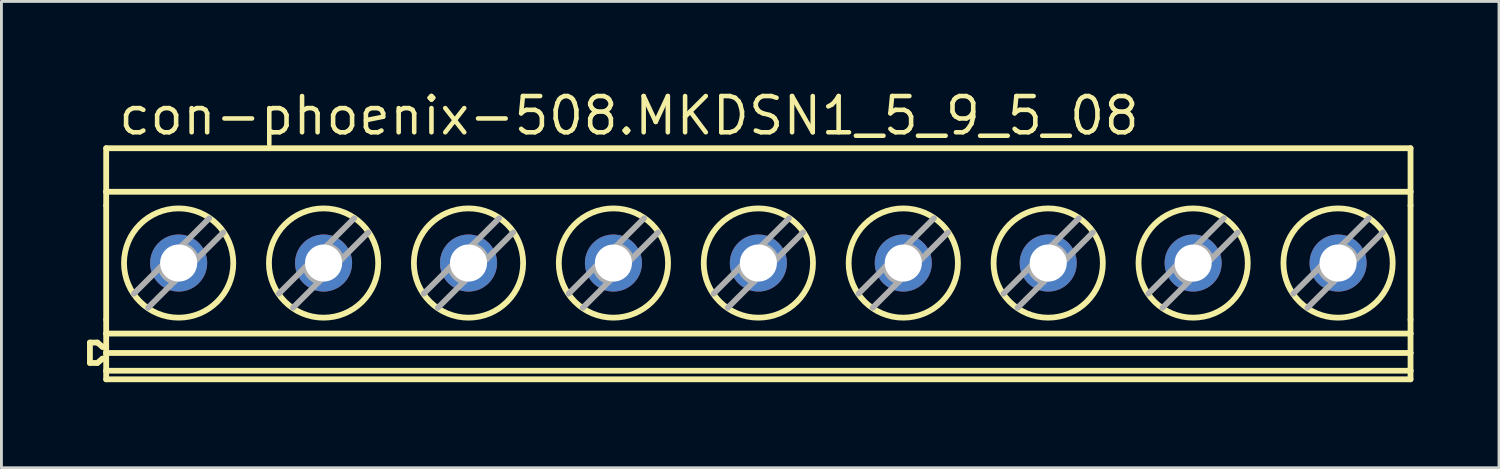
<source format=kicad_pcb>
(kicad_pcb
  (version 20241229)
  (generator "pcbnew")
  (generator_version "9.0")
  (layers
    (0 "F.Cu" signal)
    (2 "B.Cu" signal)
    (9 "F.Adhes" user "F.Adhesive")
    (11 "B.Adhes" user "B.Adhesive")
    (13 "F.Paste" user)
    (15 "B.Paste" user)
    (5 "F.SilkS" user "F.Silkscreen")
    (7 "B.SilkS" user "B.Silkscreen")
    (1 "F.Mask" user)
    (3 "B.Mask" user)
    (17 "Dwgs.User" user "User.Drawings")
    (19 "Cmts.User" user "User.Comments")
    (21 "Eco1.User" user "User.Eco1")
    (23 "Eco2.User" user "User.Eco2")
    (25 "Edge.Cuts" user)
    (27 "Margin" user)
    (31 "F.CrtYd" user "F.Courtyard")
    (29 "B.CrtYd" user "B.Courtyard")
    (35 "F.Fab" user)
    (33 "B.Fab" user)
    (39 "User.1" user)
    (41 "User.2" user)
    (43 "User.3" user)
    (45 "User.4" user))
  (footprint "con-phoenix-508.MKDSN1_5_9_5_08"
    (layer "F.Cu")
    (at 23.553 6.195)
    (property "Reference" "con-phoenix-508.MKDSN1_5_9_5_08" (at -22.531 -4.445 0) (layer "F.SilkS") (effects (font (size 1.27 1.27) (thickness 0.16)) (justify left bottom)))
    (attr through_hole)
    (fp_line (start -23.451 2.763) (end -23.451 3.477) (stroke (width 0.203) (type default)) (layer "F.SilkS"))
    (fp_line (start -23.451 2.763) (end -23.188 2.763) (stroke (width 0.203) (type default)) (layer "F.SilkS"))
    (fp_line (start -23.451 3.477) (end -23.188 3.477) (stroke (width 0.203) (type default)) (layer "F.SilkS"))
    (fp_line (start -23.188 2.763) (end -23.01 2.913) (stroke (width 0.203) (type default)) (layer "F.SilkS"))
    (fp_line (start -23.01 2.913) (end -22.881 2.913) (stroke (width 0.203) (type default)) (layer "F.SilkS"))
    (fp_line (start -23.01 3.327) (end -23.188 3.477) (stroke (width 0.203) (type default)) (layer "F.SilkS"))
    (fp_line (start -22.881 -4.05) (end 22.839 -4.05) (stroke (width 0.203) (type default)) (layer "F.SilkS"))
    (fp_line (start -22.881 -2.524) (end -22.881 -4.05) (stroke (width 0.203) (type default)) (layer "F.SilkS"))
    (fp_line (start -22.881 -2.524) (end -22.881 -2.041) (stroke (width 0.203) (type default)) (layer "F.SilkS"))
    (fp_line (start -22.881 -2.524) (end 22.839 -2.524) (stroke (width 0.203) (type default)) (layer "F.SilkS"))
    (fp_line (start -22.881 1.956) (end -22.881 -2.041) (stroke (width 0.203) (type default)) (layer "F.SilkS"))
    (fp_line (start -22.881 1.956) (end -22.881 2.448) (stroke (width 0.203) (type default)) (layer "F.SilkS"))
    (fp_line (start -22.881 2.913) (end -22.881 2.448) (stroke (width 0.203) (type default)) (layer "F.SilkS"))
    (fp_line (start -22.881 3.128) (end -22.881 2.913) (stroke (width 0.203) (type default)) (layer "F.SilkS"))
    (fp_line (start -22.881 3.128) (end 22.839 3.128) (stroke (width 0.203) (type default)) (layer "F.SilkS"))
    (fp_line (start -22.881 3.327) (end -23.01 3.327) (stroke (width 0.203) (type default)) (layer "F.SilkS"))
    (fp_line (start -22.881 3.327) (end -22.881 3.128) (stroke (width 0.203) (type default)) (layer "F.SilkS"))
    (fp_line (start -22.881 3.75) (end -22.881 3.327) (stroke (width 0.203) (type default)) (layer "F.SilkS"))
    (fp_line (start -22.881 3.75) (end -22.881 4.05) (stroke (width 0.203) (type default)) (layer "F.SilkS"))
    (fp_line (start -22.881 4.05) (end 22.839 4.05) (stroke (width 0.203) (type default)) (layer "F.SilkS"))
    (fp_line (start 22.839 -2.524) (end 22.839 -4.05) (stroke (width 0.203) (type default)) (layer "F.SilkS"))
    (fp_line (start 22.839 -2.524) (end 22.839 -2.041) (stroke (width 0.203) (type default)) (layer "F.SilkS"))
    (fp_line (start 22.839 1.956) (end 22.839 -2.041) (stroke (width 0.203) (type default)) (layer "F.SilkS"))
    (fp_line (start 22.839 1.956) (end 22.839 2.448) (stroke (width 0.203) (type default)) (layer "F.SilkS"))
    (fp_line (start 22.839 2.448) (end -22.881 2.448) (stroke (width 0.203) (type default)) (layer "F.SilkS"))
    (fp_line (start 22.839 3.128) (end 22.839 2.448) (stroke (width 0.203) (type default)) (layer "F.SilkS"))
    (fp_line (start 22.839 3.75) (end -22.881 3.75) (stroke (width 0.203) (type default)) (layer "F.SilkS"))
    (fp_line (start 22.839 3.75) (end 22.839 3.128) (stroke (width 0.203) (type default)) (layer "F.SilkS"))
    (fp_line (start 22.839 3.75) (end 22.839 4.05) (stroke (width 0.203) (type default)) (layer "F.SilkS"))
    (fp_circle (center -20.341 -0.025) (end -18.426 -0.025) (stroke (width 0.203) (type default)) (fill no) (layer "F.SilkS"))
    (fp_circle (center -15.261 -0.025) (end -13.346 -0.025) (stroke (width 0.203) (type default)) (fill no) (layer "F.SilkS"))
    (fp_circle (center -10.181 -0.025) (end -8.266 -0.025) (stroke (width 0.203) (type default)) (fill no) (layer "F.SilkS"))
    (fp_circle (center -5.101 -0.025) (end -3.186 -0.025) (stroke (width 0.203) (type default)) (fill no) (layer "F.SilkS"))
    (fp_circle (center -0.021 -0.025) (end 1.894 -0.025) (stroke (width 0.203) (type default)) (fill no) (layer "F.SilkS"))
    (fp_circle (center 5.059 -0.025) (end 6.974 -0.025) (stroke (width 0.203) (type default)) (fill no) (layer "F.SilkS"))
    (fp_circle (center 10.139 -0.025) (end 12.054 -0.025) (stroke (width 0.203) (type default)) (fill no) (layer "F.SilkS"))
    (fp_circle (center 15.219 -0.025) (end 17.134 -0.025) (stroke (width 0.203) (type default)) (fill no) (layer "F.SilkS"))
    (fp_circle (center 20.299 -0.025) (end 22.214 -0.025) (stroke (width 0.203) (type default)) (fill no) (layer "F.SilkS"))
    (fp_line (start -21.909 1.048) (end -20.98 0.119) (stroke (width 0.203) (type default)) (layer "F.Fab"))
    (fp_line (start -20.98 0.119) (end -20.341 -0.52) (stroke (width 0.203) (type default)) (layer "F.Fab"))
    (fp_line (start -20.501 0.63) (end -21.414 1.543) (stroke (width 0.203) (type default)) (layer "F.Fab"))
    (fp_line (start -20.341 -0.52) (end -20.222 -0.639) (stroke (width 0.203) (type default)) (layer "F.Fab"))
    (fp_line (start -20.341 0.47) (end -20.501 0.63) (stroke (width 0.203) (type default)) (layer "F.Fab"))
    (fp_line (start -20.222 -0.639) (end -19.268 -1.593) (stroke (width 0.203) (type default)) (layer "F.Fab"))
    (fp_line (start -19.711 -0.16) (end -20.341 0.47) (stroke (width 0.203) (type default)) (layer "F.Fab"))
    (fp_line (start -18.773 -1.098) (end -19.711 -0.16) (stroke (width 0.203) (type default)) (layer "F.Fab"))
    (fp_line (start -16.829 1.048) (end -15.9 0.119) (stroke (width 0.203) (type default)) (layer "F.Fab"))
    (fp_line (start -15.9 0.119) (end -15.261 -0.52) (stroke (width 0.203) (type default)) (layer "F.Fab"))
    (fp_line (start -15.421 0.63) (end -16.334 1.543) (stroke (width 0.203) (type default)) (layer "F.Fab"))
    (fp_line (start -15.261 -0.52) (end -15.142 -0.639) (stroke (width 0.203) (type default)) (layer "F.Fab"))
    (fp_line (start -15.261 0.47) (end -15.421 0.63) (stroke (width 0.203) (type default)) (layer "F.Fab"))
    (fp_line (start -15.142 -0.639) (end -14.188 -1.593) (stroke (width 0.203) (type default)) (layer "F.Fab"))
    (fp_line (start -14.631 -0.16) (end -15.261 0.47) (stroke (width 0.203) (type default)) (layer "F.Fab"))
    (fp_line (start -13.693 -1.098) (end -14.631 -0.16) (stroke (width 0.203) (type default)) (layer "F.Fab"))
    (fp_line (start -11.749 1.048) (end -10.82 0.119) (stroke (width 0.203) (type default)) (layer "F.Fab"))
    (fp_line (start -10.82 0.119) (end -10.181 -0.52) (stroke (width 0.203) (type default)) (layer "F.Fab"))
    (fp_line (start -10.341 0.63) (end -11.254 1.543) (stroke (width 0.203) (type default)) (layer "F.Fab"))
    (fp_line (start -10.181 -0.52) (end -10.062 -0.639) (stroke (width 0.203) (type default)) (layer "F.Fab"))
    (fp_line (start -10.181 0.47) (end -10.341 0.63) (stroke (width 0.203) (type default)) (layer "F.Fab"))
    (fp_line (start -10.062 -0.639) (end -9.108 -1.593) (stroke (width 0.203) (type default)) (layer "F.Fab"))
    (fp_line (start -9.551 -0.16) (end -10.181 0.47) (stroke (width 0.203) (type default)) (layer "F.Fab"))
    (fp_line (start -8.613 -1.098) (end -9.551 -0.16) (stroke (width 0.203) (type default)) (layer "F.Fab"))
    (fp_line (start -6.669 1.048) (end -5.74 0.119) (stroke (width 0.203) (type default)) (layer "F.Fab"))
    (fp_line (start -5.74 0.119) (end -5.101 -0.52) (stroke (width 0.203) (type default)) (layer "F.Fab"))
    (fp_line (start -5.261 0.63) (end -6.174 1.543) (stroke (width 0.203) (type default)) (layer "F.Fab"))
    (fp_line (start -5.101 -0.52) (end -4.982 -0.639) (stroke (width 0.203) (type default)) (layer "F.Fab"))
    (fp_line (start -5.101 0.47) (end -5.261 0.63) (stroke (width 0.203) (type default)) (layer "F.Fab"))
    (fp_line (start -4.982 -0.639) (end -4.028 -1.593) (stroke (width 0.203) (type default)) (layer "F.Fab"))
    (fp_line (start -4.471 -0.16) (end -5.101 0.47) (stroke (width 0.203) (type default)) (layer "F.Fab"))
    (fp_line (start -3.533 -1.098) (end -4.471 -0.16) (stroke (width 0.203) (type default)) (layer "F.Fab"))
    (fp_line (start -1.589 1.048) (end -0.66 0.119) (stroke (width 0.203) (type default)) (layer "F.Fab"))
    (fp_line (start -0.66 0.119) (end -0.021 -0.52) (stroke (width 0.203) (type default)) (layer "F.Fab"))
    (fp_line (start -0.181 0.63) (end -1.094 1.543) (stroke (width 0.203) (type default)) (layer "F.Fab"))
    (fp_line (start -0.021 -0.52) (end 0.098 -0.639) (stroke (width 0.203) (type default)) (layer "F.Fab"))
    (fp_line (start -0.021 0.47) (end -0.181 0.63) (stroke (width 0.203) (type default)) (layer "F.Fab"))
    (fp_line (start 0.098 -0.639) (end 1.052 -1.593) (stroke (width 0.203) (type default)) (layer "F.Fab"))
    (fp_line (start 0.609 -0.16) (end -0.021 0.47) (stroke (width 0.203) (type default)) (layer "F.Fab"))
    (fp_line (start 1.547 -1.098) (end 0.609 -0.16) (stroke (width 0.203) (type default)) (layer "F.Fab"))
    (fp_line (start 3.491 1.048) (end 4.42 0.119) (stroke (width 0.203) (type default)) (layer "F.Fab"))
    (fp_line (start 4.42 0.119) (end 5.059 -0.52) (stroke (width 0.203) (type default)) (layer "F.Fab"))
    (fp_line (start 4.899 0.63) (end 3.986 1.543) (stroke (width 0.203) (type default)) (layer "F.Fab"))
    (fp_line (start 5.059 -0.52) (end 5.178 -0.639) (stroke (width 0.203) (type default)) (layer "F.Fab"))
    (fp_line (start 5.059 0.47) (end 4.899 0.63) (stroke (width 0.203) (type default)) (layer "F.Fab"))
    (fp_line (start 5.178 -0.639) (end 6.132 -1.593) (stroke (width 0.203) (type default)) (layer "F.Fab"))
    (fp_line (start 5.689 -0.16) (end 5.059 0.47) (stroke (width 0.203) (type default)) (layer "F.Fab"))
    (fp_line (start 6.627 -1.098) (end 5.689 -0.16) (stroke (width 0.203) (type default)) (layer "F.Fab"))
    (fp_line (start 8.571 1.048) (end 9.5 0.119) (stroke (width 0.203) (type default)) (layer "F.Fab"))
    (fp_line (start 9.5 0.119) (end 10.139 -0.52) (stroke (width 0.203) (type default)) (layer "F.Fab"))
    (fp_line (start 9.979 0.63) (end 9.066 1.543) (stroke (width 0.203) (type default)) (layer "F.Fab"))
    (fp_line (start 10.139 -0.52) (end 10.258 -0.639) (stroke (width 0.203) (type default)) (layer "F.Fab"))
    (fp_line (start 10.139 0.47) (end 9.979 0.63) (stroke (width 0.203) (type default)) (layer "F.Fab"))
    (fp_line (start 10.258 -0.639) (end 11.212 -1.593) (stroke (width 0.203) (type default)) (layer "F.Fab"))
    (fp_line (start 10.769 -0.16) (end 10.139 0.47) (stroke (width 0.203) (type default)) (layer "F.Fab"))
    (fp_line (start 11.707 -1.098) (end 10.769 -0.16) (stroke (width 0.203) (type default)) (layer "F.Fab"))
    (fp_line (start 13.651 1.048) (end 14.58 0.119) (stroke (width 0.203) (type default)) (layer "F.Fab"))
    (fp_line (start 14.58 0.119) (end 15.219 -0.52) (stroke (width 0.203) (type default)) (layer "F.Fab"))
    (fp_line (start 15.059 0.63) (end 14.146 1.543) (stroke (width 0.203) (type default)) (layer "F.Fab"))
    (fp_line (start 15.219 -0.52) (end 15.338 -0.639) (stroke (width 0.203) (type default)) (layer "F.Fab"))
    (fp_line (start 15.219 0.47) (end 15.059 0.63) (stroke (width 0.203) (type default)) (layer "F.Fab"))
    (fp_line (start 15.338 -0.639) (end 16.292 -1.593) (stroke (width 0.203) (type default)) (layer "F.Fab"))
    (fp_line (start 15.849 -0.16) (end 15.219 0.47) (stroke (width 0.203) (type default)) (layer "F.Fab"))
    (fp_line (start 16.787 -1.098) (end 15.849 -0.16) (stroke (width 0.203) (type default)) (layer "F.Fab"))
    (fp_line (start 18.731 1.048) (end 19.66 0.119) (stroke (width 0.203) (type default)) (layer "F.Fab"))
    (fp_line (start 19.66 0.119) (end 20.299 -0.52) (stroke (width 0.203) (type default)) (layer "F.Fab"))
    (fp_line (start 20.139 0.63) (end 19.226 1.543) (stroke (width 0.203) (type default)) (layer "F.Fab"))
    (fp_line (start 20.299 -0.52) (end 20.418 -0.639) (stroke (width 0.203) (type default)) (layer "F.Fab"))
    (fp_line (start 20.299 0.47) (end 20.139 0.63) (stroke (width 0.203) (type default)) (layer "F.Fab"))
    (fp_line (start 20.418 -0.639) (end 21.372 -1.593) (stroke (width 0.203) (type default)) (layer "F.Fab"))
    (fp_line (start 20.929 -0.16) (end 20.299 0.47) (stroke (width 0.203) (type default)) (layer "F.Fab"))
    (fp_line (start 21.867 -1.098) (end 20.929 -0.16) (stroke (width 0.203) (type default)) (layer "F.Fab"))
    (fp_arc (start -20.5011 0.63) (mid -20.815316 0.444537) (end -20.9801 0.119) (stroke (width 0.2032) (type default)) (layer "F.Fab"))
    (fp_arc (start -20.2221 -0.639) (mid -19.896563 -0.474216) (end -19.7111 -0.16) (stroke (width 0.2032) (type default)) (layer "F.Fab"))
    (fp_arc (start -15.4211 0.63) (mid -15.735316 0.444537) (end -15.9001 0.119) (stroke (width 0.2032) (type default)) (layer "F.Fab"))
    (fp_arc (start -15.1421 -0.639) (mid -14.816563 -0.474216) (end -14.6311 -0.16) (stroke (width 0.2032) (type default)) (layer "F.Fab"))
    (fp_arc (start -10.3411 0.63) (mid -10.655316 0.444537) (end -10.8201 0.119) (stroke (width 0.2032) (type default)) (layer "F.Fab"))
    (fp_arc (start -10.0621 -0.639) (mid -9.736563 -0.474216) (end -9.5511 -0.16) (stroke (width 0.2032) (type default)) (layer "F.Fab"))
    (fp_arc (start -5.2611 0.63) (mid -5.575316 0.444537) (end -5.7401 0.119) (stroke (width 0.2032) (type default)) (layer "F.Fab"))
    (fp_arc (start -4.9821 -0.639) (mid -4.656563 -0.474216) (end -4.4711 -0.16) (stroke (width 0.2032) (type default)) (layer "F.Fab"))
    (fp_arc (start -0.1811 0.63) (mid -0.495316 0.444537) (end -0.6601 0.119) (stroke (width 0.2032) (type default)) (layer "F.Fab"))
    (fp_arc (start 0.0979 -0.639) (mid 0.423437 -0.474216) (end 0.6089 -0.16) (stroke (width 0.2032) (type default)) (layer "F.Fab"))
    (fp_arc (start 4.8989 0.63) (mid 4.584684 0.444537) (end 4.4199 0.119) (stroke (width 0.2032) (type default)) (layer "F.Fab"))
    (fp_arc (start 5.1779 -0.639) (mid 5.503437 -0.474216) (end 5.6889 -0.16) (stroke (width 0.2032) (type default)) (layer "F.Fab"))
    (fp_arc (start 9.9789 0.63) (mid 9.664684 0.444537) (end 9.4999 0.119) (stroke (width 0.2032) (type default)) (layer "F.Fab"))
    (fp_arc (start 10.2579 -0.639) (mid 10.583437 -0.474216) (end 10.7689 -0.16) (stroke (width 0.2032) (type default)) (layer "F.Fab"))
    (fp_arc (start 15.0589 0.63) (mid 14.744684 0.444537) (end 14.5799 0.119) (stroke (width 0.2032) (type default)) (layer "F.Fab"))
    (fp_arc (start 15.3379 -0.639) (mid 15.663437 -0.474216) (end 15.8489 -0.16) (stroke (width 0.2032) (type default)) (layer "F.Fab"))
    (fp_arc (start 20.1389 0.63) (mid 19.824684 0.444537) (end 19.6599 0.119) (stroke (width 0.2032) (type default)) (layer "F.Fab"))
    (fp_arc (start 20.4179 -0.639) (mid 20.743437 -0.474216) (end 20.9289 -0.16) (stroke (width 0.2032) (type default)) (layer "F.Fab"))
    (pad "1" thru_hole circle (at -20.341 -0.025) (size 2 2) (drill 1.3) (layers "*.Cu" "*.Mask"))
    (pad "2" thru_hole circle (at -15.261 -0.025) (size 2 2) (drill 1.3) (layers "*.Cu" "*.Mask"))
    (pad "3" thru_hole circle (at -10.181 -0.025) (size 2 2) (drill 1.3) (layers "*.Cu" "*.Mask"))
    (pad "4" thru_hole circle (at -5.101 -0.025) (size 2 2) (drill 1.3) (layers "*.Cu" "*.Mask"))
    (pad "5" thru_hole circle (at -0.021 -0.025) (size 2 2) (drill 1.3) (layers "*.Cu" "*.Mask"))
    (pad "6" thru_hole circle (at 5.059 -0.025) (size 2 2) (drill 1.3) (layers "*.Cu" "*.Mask"))
    (pad "7" thru_hole circle (at 10.139 -0.025) (size 2 2) (drill 1.3) (layers "*.Cu" "*.Mask"))
    (pad "8" thru_hole circle (at 15.219 -0.025) (size 2 2) (drill 1.3) (layers "*.Cu" "*.Mask"))
    (pad "9" thru_hole circle (at 20.299 -0.025) (size 2 2) (drill 1.3) (layers "*.Cu" "*.Mask")))
  (gr_rect
    (start -3 -3)
    (end 49.493 13.347)
    (stroke (width 0.1) (type default))
    (fill no)
    (layer "Edge.Cuts")))
</source>
